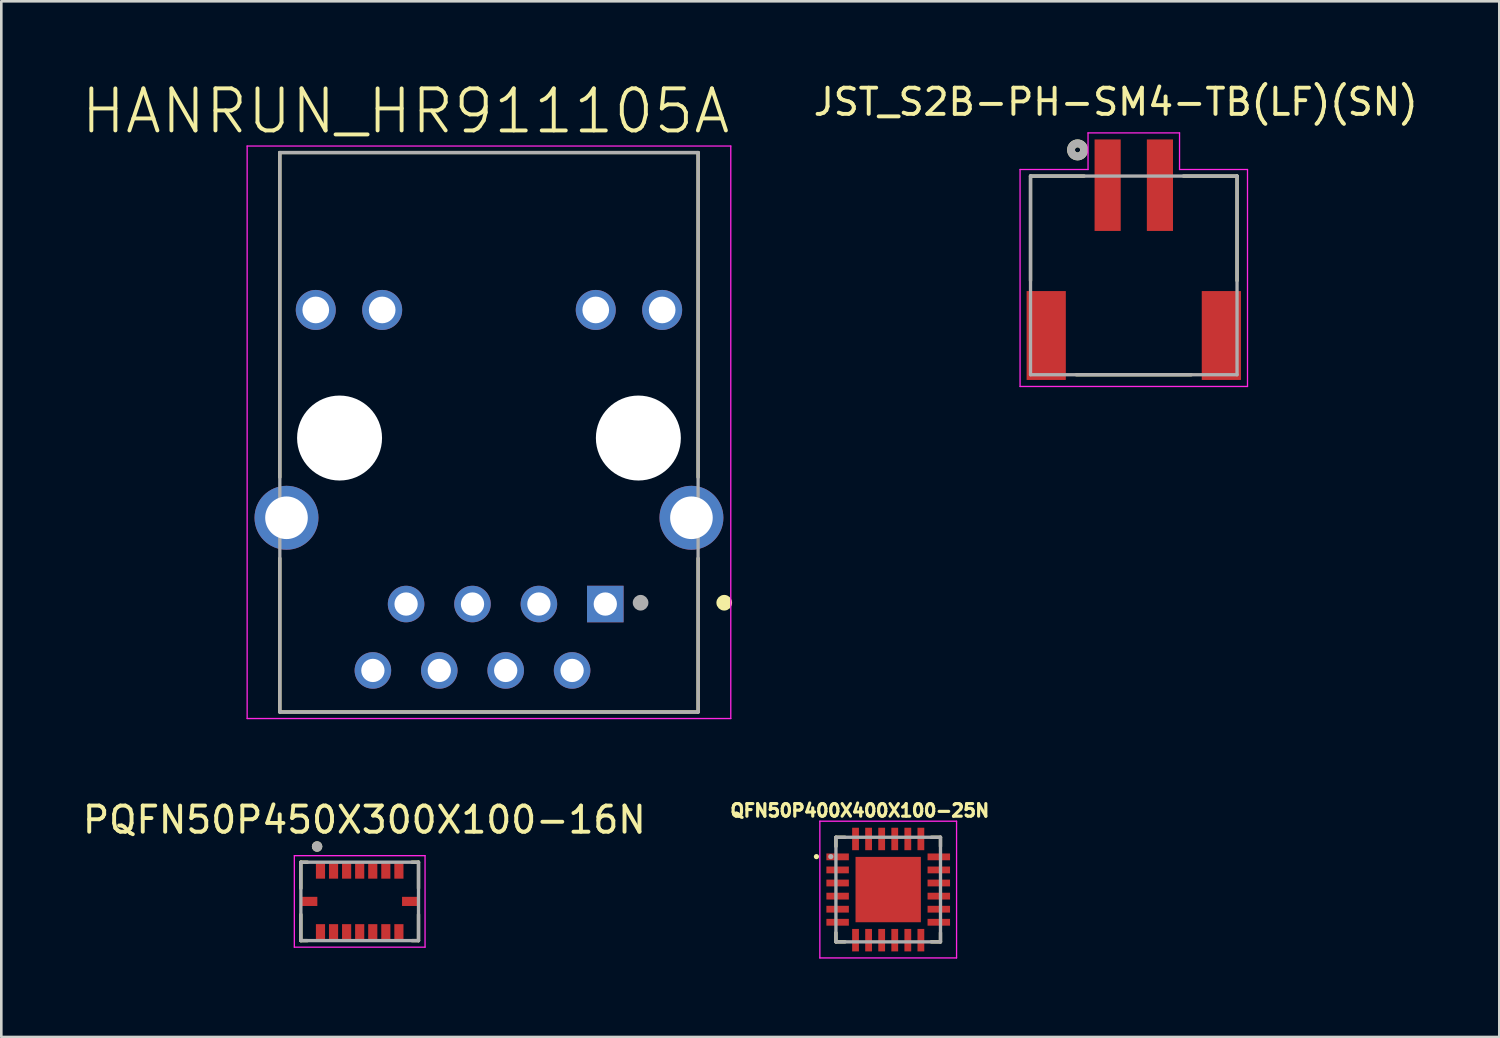
<source format=kicad_pcb>
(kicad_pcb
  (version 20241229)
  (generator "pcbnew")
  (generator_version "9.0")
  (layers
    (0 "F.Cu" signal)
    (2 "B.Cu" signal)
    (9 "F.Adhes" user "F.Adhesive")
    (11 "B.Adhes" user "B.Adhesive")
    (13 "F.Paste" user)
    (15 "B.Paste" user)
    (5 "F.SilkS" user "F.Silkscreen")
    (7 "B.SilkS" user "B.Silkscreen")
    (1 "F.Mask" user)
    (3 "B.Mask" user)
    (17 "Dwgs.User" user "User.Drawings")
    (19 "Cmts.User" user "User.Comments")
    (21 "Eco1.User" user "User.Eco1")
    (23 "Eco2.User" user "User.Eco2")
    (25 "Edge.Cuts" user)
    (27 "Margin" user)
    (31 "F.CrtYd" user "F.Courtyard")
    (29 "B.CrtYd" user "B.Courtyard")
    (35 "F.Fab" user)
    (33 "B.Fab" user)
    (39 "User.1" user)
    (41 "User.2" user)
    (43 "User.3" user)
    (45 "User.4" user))
  (footprint "PQFN50P450X300X100-16N"
    (layer "F.Cu")
    (at 10.709 31.431)
    (property "Reference" "PQFN50P450X300X100-16N" (at 0.178 -3.121 0) (layer "F.SilkS") (effects (font (size 1 1) (thickness 0.15))))
    (attr smd)
    (fp_line (start -2.25 -1.5) (end -2 -1.5) (stroke (width 0.127) (type solid)) (layer "F.SilkS"))
    (fp_line (start -2.25 -0.5) (end -2.25 -1.5) (stroke (width 0.127) (type solid)) (layer "F.SilkS"))
    (fp_line (start -2.25 1.5) (end -2.25 0.5) (stroke (width 0.127) (type solid)) (layer "F.SilkS"))
    (fp_line (start -2 1.5) (end -2.25 1.5) (stroke (width 0.127) (type solid)) (layer "F.SilkS"))
    (fp_line (start 2.25 -1.5) (end 2 -1.5) (stroke (width 0.127) (type solid)) (layer "F.SilkS"))
    (fp_line (start 2.25 -0.5) (end 2.25 -1.5) (stroke (width 0.127) (type solid)) (layer "F.SilkS"))
    (fp_line (start 2.25 0.5) (end 2.25 1.5) (stroke (width 0.127) (type solid)) (layer "F.SilkS"))
    (fp_line (start 2.25 1.5) (end 2 1.5) (stroke (width 0.127) (type solid)) (layer "F.SilkS"))
    (fp_circle (center -1.629 -2.1) (end -1.529 -2.1) (stroke (width 0.2) (type solid)) (fill no) (layer "F.SilkS"))
    (fp_line (start -2.5 -1.75) (end 2.5 -1.75) (stroke (width 0.05) (type solid)) (layer "F.CrtYd"))
    (fp_line (start -2.5 1.75) (end -2.5 -1.75) (stroke (width 0.05) (type solid)) (layer "F.CrtYd"))
    (fp_line (start 2.5 -1.75) (end 2.5 1.75) (stroke (width 0.05) (type solid)) (layer "F.CrtYd"))
    (fp_line (start 2.5 1.75) (end -2.5 1.75) (stroke (width 0.05) (type solid)) (layer "F.CrtYd"))
    (fp_line (start -2.25 -1.5) (end 2.25 -1.5) (stroke (width 0.127) (type solid)) (layer "F.Fab"))
    (fp_line (start -2.25 1.5) (end -2.25 -1.5) (stroke (width 0.127) (type solid)) (layer "F.Fab"))
    (fp_line (start 2.25 -1.5) (end 2.25 1.5) (stroke (width 0.127) (type solid)) (layer "F.Fab"))
    (fp_line (start 2.25 1.5) (end -2.25 1.5) (stroke (width 0.127) (type solid)) (layer "F.Fab"))
    (fp_circle (center -1.629 -2.1) (end -1.529 -2.1) (stroke (width 0.2) (type solid)) (fill no) (layer "F.Fab"))
    (pad "1" smd rect (at -1.5 -1.165 270) (size 0.59 0.35) (layers "F.Cu" "F.Mask" "F.Paste"))
    (pad "2" smd rect (at -1 -1.165 270) (size 0.59 0.35) (layers "F.Cu" "F.Mask" "F.Paste"))
    (pad "3" smd rect (at -0.5 -1.165 270) (size 0.59 0.35) (layers "F.Cu" "F.Mask" "F.Paste"))
    (pad "4" smd rect (at 0 -1.165 270) (size 0.59 0.35) (layers "F.Cu" "F.Mask" "F.Paste"))
    (pad "5" smd rect (at 0.5 -1.165 270) (size 0.59 0.35) (layers "F.Cu" "F.Mask" "F.Paste"))
    (pad "6" smd rect (at 1 -1.165 270) (size 0.59 0.35) (layers "F.Cu" "F.Mask" "F.Paste"))
    (pad "7" smd rect (at 1.5 -1.165 270) (size 0.59 0.35) (layers "F.Cu" "F.Mask" "F.Paste"))
    (pad "8" smd rect (at 1.915 0 180) (size 0.59 0.35) (layers "F.Cu" "F.Mask" "F.Paste"))
    (pad "9" smd rect (at 1.5 1.165 90) (size 0.59 0.35) (layers "F.Cu" "F.Mask" "F.Paste"))
    (pad "10" smd rect (at 1 1.165 90) (size 0.59 0.35) (layers "F.Cu" "F.Mask" "F.Paste"))
    (pad "11" smd rect (at 0.5 1.165 90) (size 0.59 0.35) (layers "F.Cu" "F.Mask" "F.Paste"))
    (pad "12" smd rect (at 0 1.165 90) (size 0.59 0.35) (layers "F.Cu" "F.Mask" "F.Paste"))
    (pad "13" smd rect (at -0.5 1.165 90) (size 0.59 0.35) (layers "F.Cu" "F.Mask" "F.Paste"))
    (pad "14" smd rect (at -1 1.165 90) (size 0.59 0.35) (layers "F.Cu" "F.Mask" "F.Paste"))
    (pad "15" smd rect (at -1.5 1.165 90) (size 0.59 0.35) (layers "F.Cu" "F.Mask" "F.Paste"))
    (pad "16" smd rect (at -1.915 0) (size 0.59 0.35) (layers "F.Cu" "F.Mask" "F.Paste")))
  (footprint "QFN50P400X400X100-25N"
    (layer "F.Cu")
    (at 30.926 30.978)
    (property "Reference" "QFN50P400X400X100-25N" (at -1.088 -3.024 0) (layer "F.SilkS") (effects (font (size 0.481 0.481) (thickness 0.15))))
    (attr smd)
    (fp_line (start -2 -2) (end -2 -1.65) (stroke (width 0.127) (type solid)) (layer "F.SilkS"))
    (fp_line (start -2 -2) (end -1.65 -2) (stroke (width 0.127) (type solid)) (layer "F.SilkS"))
    (fp_line (start -2 2) (end -2 1.65) (stroke (width 0.127) (type solid)) (layer "F.SilkS"))
    (fp_line (start -2 2) (end -1.65 2) (stroke (width 0.127) (type solid)) (layer "F.SilkS"))
    (fp_line (start 2 -2) (end 1.65 -2) (stroke (width 0.127) (type solid)) (layer "F.SilkS"))
    (fp_line (start 2 -2) (end 2 -1.65) (stroke (width 0.127) (type solid)) (layer "F.SilkS"))
    (fp_line (start 2 2) (end 1.65 2) (stroke (width 0.127) (type solid)) (layer "F.SilkS"))
    (fp_line (start 2 2) (end 2 1.65) (stroke (width 0.127) (type solid)) (layer "F.SilkS"))
    (fp_circle (center -2.745 -1.26) (end -2.695 -1.26) (stroke (width 0.1) (type solid)) (fill no) (layer "F.SilkS"))
    (fp_poly (pts (xy -1.092 0.17) (xy -0.17 0.17) (xy -0.17 1.092) (xy -1.092 1.092)) (stroke (width 0.01) (type solid)) (fill yes) (layer "F.Paste"))
    (fp_poly (pts (xy -1.091 -1.09) (xy -0.17 -1.09) (xy -0.17 -0.17) (xy -1.091 -0.17)) (stroke (width 0.01) (type solid)) (fill yes) (layer "F.Paste"))
    (fp_poly (pts (xy 0.17 0.17) (xy 1.09 0.17) (xy 1.09 1.09) (xy 0.17 1.09)) (stroke (width 0.01) (type solid)) (fill yes) (layer "F.Paste"))
    (fp_poly (pts (xy 0.17 -1.09) (xy 1.09 -1.09) (xy 1.09 -0.17) (xy 0.17 -0.17)) (stroke (width 0.01) (type solid)) (fill yes) (layer "F.Paste"))
    (fp_line (start -2.615 -2.615) (end 2.615 -2.615) (stroke (width 0.05) (type solid)) (layer "F.CrtYd"))
    (fp_line (start -2.615 2.615) (end -2.615 -2.615) (stroke (width 0.05) (type solid)) (layer "F.CrtYd"))
    (fp_line (start -2.615 2.615) (end 2.615 2.615) (stroke (width 0.05) (type solid)) (layer "F.CrtYd"))
    (fp_line (start 2.615 2.615) (end 2.615 -2.615) (stroke (width 0.05) (type solid)) (layer "F.CrtYd"))
    (fp_line (start -2 2) (end -2 -2) (stroke (width 0.127) (type solid)) (layer "F.Fab"))
    (fp_line (start 2 -2) (end -2 -2) (stroke (width 0.127) (type solid)) (layer "F.Fab"))
    (fp_line (start 2 2) (end -2 2) (stroke (width 0.127) (type solid)) (layer "F.Fab"))
    (fp_line (start 2 2) (end 2 -2) (stroke (width 0.127) (type solid)) (layer "F.Fab"))
    (fp_circle (center -2.195 -1.26) (end -2.145 -1.26) (stroke (width 0.1) (type solid)) (fill no) (layer "F.Fab"))
    (pad "1" smd roundrect (at -1.935 -1.25) (size 0.86 0.26) (layers "F.Cu" "F.Mask" "F.Paste") (roundrect_rratio 0.01))
    (pad "2" smd roundrect (at -1.935 -0.75) (size 0.86 0.26) (layers "F.Cu" "F.Mask" "F.Paste") (roundrect_rratio 0.01))
    (pad "3" smd roundrect (at -1.935 -0.25) (size 0.86 0.26) (layers "F.Cu" "F.Mask" "F.Paste") (roundrect_rratio 0.01))
    (pad "4" smd roundrect (at -1.935 0.25) (size 0.86 0.26) (layers "F.Cu" "F.Mask" "F.Paste") (roundrect_rratio 0.01))
    (pad "5" smd roundrect (at -1.935 0.75) (size 0.86 0.26) (layers "F.Cu" "F.Mask" "F.Paste") (roundrect_rratio 0.01))
    (pad "6" smd roundrect (at -1.935 1.25) (size 0.86 0.26) (layers "F.Cu" "F.Mask" "F.Paste") (roundrect_rratio 0.01))
    (pad "7" smd roundrect (at -1.25 1.935 90) (size 0.86 0.26) (layers "F.Cu" "F.Mask" "F.Paste") (roundrect_rratio 0.01))
    (pad "8" smd roundrect (at -0.75 1.935 90) (size 0.86 0.26) (layers "F.Cu" "F.Mask" "F.Paste") (roundrect_rratio 0.01))
    (pad "9" smd roundrect (at -0.25 1.935 90) (size 0.86 0.26) (layers "F.Cu" "F.Mask" "F.Paste") (roundrect_rratio 0.01))
    (pad "10" smd roundrect (at 0.25 1.935 90) (size 0.86 0.26) (layers "F.Cu" "F.Mask" "F.Paste") (roundrect_rratio 0.01))
    (pad "11" smd roundrect (at 0.75 1.935 90) (size 0.86 0.26) (layers "F.Cu" "F.Mask" "F.Paste") (roundrect_rratio 0.01))
    (pad "12" smd roundrect (at 1.25 1.935 90) (size 0.86 0.26) (layers "F.Cu" "F.Mask" "F.Paste") (roundrect_rratio 0.01))
    (pad "13" smd roundrect (at 1.935 1.25) (size 0.86 0.26) (layers "F.Cu" "F.Mask" "F.Paste") (roundrect_rratio 0.01))
    (pad "14" smd roundrect (at 1.935 0.75) (size 0.86 0.26) (layers "F.Cu" "F.Mask" "F.Paste") (roundrect_rratio 0.01))
    (pad "15" smd roundrect (at 1.935 0.25) (size 0.86 0.26) (layers "F.Cu" "F.Mask" "F.Paste") (roundrect_rratio 0.01))
    (pad "16" smd roundrect (at 1.935 -0.25) (size 0.86 0.26) (layers "F.Cu" "F.Mask" "F.Paste") (roundrect_rratio 0.01))
    (pad "17" smd roundrect (at 1.935 -0.75) (size 0.86 0.26) (layers "F.Cu" "F.Mask" "F.Paste") (roundrect_rratio 0.01))
    (pad "18" smd roundrect (at 1.935 -1.25) (size 0.86 0.26) (layers "F.Cu" "F.Mask" "F.Paste") (roundrect_rratio 0.01))
    (pad "19" smd roundrect (at 1.25 -1.935 90) (size 0.86 0.26) (layers "F.Cu" "F.Mask" "F.Paste") (roundrect_rratio 0.01))
    (pad "20" smd roundrect (at 0.75 -1.935 90) (size 0.86 0.26) (layers "F.Cu" "F.Mask" "F.Paste") (roundrect_rratio 0.01))
    (pad "21" smd roundrect (at 0.25 -1.935 90) (size 0.86 0.26) (layers "F.Cu" "F.Mask" "F.Paste") (roundrect_rratio 0.01))
    (pad "22" smd roundrect (at -0.25 -1.935 90) (size 0.86 0.26) (layers "F.Cu" "F.Mask" "F.Paste") (roundrect_rratio 0.01))
    (pad "23" smd roundrect (at -0.75 -1.935 90) (size 0.86 0.26) (layers "F.Cu" "F.Mask" "F.Paste") (roundrect_rratio 0.01))
    (pad "24" smd roundrect (at -1.25 -1.935 90) (size 0.86 0.26) (layers "F.Cu" "F.Mask" "F.Paste") (roundrect_rratio 0.01))
    (pad "25" smd rect (at 0 0) (size 2.5 2.5) (layers "F.Cu" "F.Mask")))
  (footprint "HANRUN_HR911105A"
    (layer "F.Cu")
    (at 15.654 13.706)
    (property "Reference" "HANRUN_HR911105A" (at -3.188 -12.503 0) (layer "F.SilkS") (effects (font (size 1.608 1.608) (thickness 0.15))))
    (attr through_hole)
    (fp_line (start -8 -10.92) (end -8 1.5) (stroke (width 0.127) (type solid)) (layer "F.SilkS"))
    (fp_line (start -8 4.6) (end -8 10.48) (stroke (width 0.127) (type solid)) (layer "F.SilkS"))
    (fp_line (start 8 -10.92) (end -8 -10.92) (stroke (width 0.127) (type solid)) (layer "F.SilkS"))
    (fp_line (start 8 -10.92) (end 8 1.5) (stroke (width 0.127) (type solid)) (layer "F.SilkS"))
    (fp_line (start 8 4.6) (end 8 10.48) (stroke (width 0.127) (type solid)) (layer "F.SilkS"))
    (fp_line (start 8 10.48) (end -8 10.48) (stroke (width 0.127) (type solid)) (layer "F.SilkS"))
    (fp_circle (center 9 6.3) (end 9.15 6.3) (stroke (width 0.3) (type solid)) (fill no) (layer "F.SilkS"))
    (fp_line (start -9.25 -11.17) (end -9.25 10.73) (stroke (width 0.05) (type solid)) (layer "F.CrtYd"))
    (fp_line (start -9.25 10.73) (end 9.25 10.73) (stroke (width 0.05) (type solid)) (layer "F.CrtYd"))
    (fp_line (start 9.25 -11.17) (end -9.25 -11.17) (stroke (width 0.05) (type solid)) (layer "F.CrtYd"))
    (fp_line (start 9.25 10.73) (end 9.25 -11.17) (stroke (width 0.05) (type solid)) (layer "F.CrtYd"))
    (fp_line (start -8 -10.92) (end -8 10.48) (stroke (width 0.127) (type solid)) (layer "F.Fab"))
    (fp_line (start -8 10.48) (end 8 10.48) (stroke (width 0.127) (type solid)) (layer "F.Fab"))
    (fp_line (start 8 -10.92) (end -8 -10.92) (stroke (width 0.127) (type solid)) (layer "F.Fab"))
    (fp_line (start 8 10.48) (end 8 -10.92) (stroke (width 0.127) (type solid)) (layer "F.Fab"))
    (fp_circle (center 5.8 6.3) (end 5.95 6.3) (stroke (width 0.3) (type solid)) (fill no) (layer "F.Fab"))
    (pad "" np_thru_hole circle (at -5.715 0) (size 3.25 3.25) (drill 3.25) (layers "*.Cu" "*.Mask"))
    (pad "" np_thru_hole circle (at 5.715 0) (size 3.25 3.25) (drill 3.25) (layers "*.Cu" "*.Mask"))
    (pad "1" thru_hole rect (at 4.45 6.35) (size 1.398 1.398) (drill 0.89) (layers "*.Cu" "*.Mask"))
    (pad "2" thru_hole circle (at 3.18 8.89) (size 1.398 1.398) (drill 0.89) (layers "*.Cu" "*.Mask"))
    (pad "3" thru_hole circle (at 1.91 6.35) (size 1.398 1.398) (drill 0.89) (layers "*.Cu" "*.Mask"))
    (pad "4" thru_hole circle (at 0.64 8.89) (size 1.398 1.398) (drill 0.89) (layers "*.Cu" "*.Mask"))
    (pad "5" thru_hole circle (at -0.63 6.35) (size 1.398 1.398) (drill 0.89) (layers "*.Cu" "*.Mask"))
    (pad "6" thru_hole circle (at -1.9 8.89) (size 1.398 1.398) (drill 0.89) (layers "*.Cu" "*.Mask"))
    (pad "7" thru_hole circle (at -3.17 6.35) (size 1.398 1.398) (drill 0.89) (layers "*.Cu" "*.Mask"))
    (pad "8" thru_hole circle (at -4.44 8.89) (size 1.398 1.398) (drill 0.89) (layers "*.Cu" "*.Mask"))
    (pad "9" thru_hole circle (at 6.625 -4.9) (size 1.53 1.53) (drill 1.02) (layers "*.Cu" "*.Mask"))
    (pad "10" thru_hole circle (at 4.085 -4.9) (size 1.53 1.53) (drill 1.02) (layers "*.Cu" "*.Mask"))
    (pad "11" thru_hole circle (at -4.085 -4.9) (size 1.53 1.53) (drill 1.02) (layers "*.Cu" "*.Mask"))
    (pad "12" thru_hole circle (at -6.625 -4.9) (size 1.53 1.53) (drill 1.02) (layers "*.Cu" "*.Mask"))
    (pad "15" thru_hole circle (at 7.745 3.05) (size 2.445 2.445) (drill 1.63) (layers "*.Cu" "*.Mask"))
    (pad "16" thru_hole circle (at -7.745 3.05) (size 2.445 2.445) (drill 1.63) (layers "*.Cu" "*.Mask")))
  (footprint "JST_S2B-PH-SM4-TB(LF)(SN)"
    (layer "F.Cu")
    (at 40.32 4.034)
    (property "Reference" "JST_S2B-PH-SM4-TB(LF)(SN)" (at -0.692 -3.184 0) (layer "F.SilkS") (effects (font (size 1.002 1.002) (thickness 0.15))))
    (attr smd)
    (fp_line (start -3.95 -0.35) (end -3.95 3.65) (stroke (width 0.127) (type solid)) (layer "F.SilkS"))
    (fp_line (start -2.2 7.25) (end 2.2 7.25) (stroke (width 0.127) (type solid)) (layer "F.SilkS"))
    (fp_line (start -1.9 -0.35) (end -3.95 -0.35) (stroke (width 0.127) (type solid)) (layer "F.SilkS"))
    (fp_line (start 3.95 -0.35) (end 1.9 -0.35) (stroke (width 0.127) (type solid)) (layer "F.SilkS"))
    (fp_line (start 3.95 3.65) (end 3.95 -0.35) (stroke (width 0.127) (type solid)) (layer "F.SilkS"))
    (fp_circle (center -2.15 -1.35) (end -2.05 -1.35) (stroke (width 0.3) (type solid)) (fill no) (layer "F.SilkS"))
    (fp_line (start -4.35 -0.6) (end -1.75 -0.6) (stroke (width 0.05) (type solid)) (layer "F.CrtYd"))
    (fp_line (start -4.35 7.7) (end -4.35 -0.6) (stroke (width 0.05) (type solid)) (layer "F.CrtYd"))
    (fp_line (start -1.75 -2) (end 1.75 -2) (stroke (width 0.05) (type solid)) (layer "F.CrtYd"))
    (fp_line (start -1.75 -0.6) (end -1.75 -2) (stroke (width 0.05) (type solid)) (layer "F.CrtYd"))
    (fp_line (start 1.75 -2) (end 1.75 -0.6) (stroke (width 0.05) (type solid)) (layer "F.CrtYd"))
    (fp_line (start 1.75 -0.6) (end 4.35 -0.6) (stroke (width 0.05) (type solid)) (layer "F.CrtYd"))
    (fp_line (start 4.35 -0.6) (end 4.35 7.7) (stroke (width 0.05) (type solid)) (layer "F.CrtYd"))
    (fp_line (start 4.35 7.7) (end -4.35 7.7) (stroke (width 0.05) (type solid)) (layer "F.CrtYd"))
    (fp_line (start -3.95 -0.35) (end 3.95 -0.35) (stroke (width 0.127) (type solid)) (layer "F.Fab"))
    (fp_line (start -3.95 7.25) (end -3.95 -0.35) (stroke (width 0.127) (type solid)) (layer "F.Fab"))
    (fp_line (start 3.95 -0.35) (end 3.95 7.25) (stroke (width 0.127) (type solid)) (layer "F.Fab"))
    (fp_line (start 3.95 7.25) (end -3.95 7.25) (stroke (width 0.127) (type solid)) (layer "F.Fab"))
    (fp_circle (center -2.15 -1.35) (end -2.05 -1.35) (stroke (width 0.3) (type solid)) (fill no) (layer "F.Fab"))
    (pad "1" smd rect (at -1 0 180) (size 1 3.5) (layers "F.Cu" "F.Mask" "F.Paste"))
    (pad "2" smd rect (at 1 0 180) (size 1 3.5) (layers "F.Cu" "F.Mask" "F.Paste"))
    (pad "S1" smd rect (at -3.35 5.75 180) (size 1.5 3.4) (layers "F.Cu" "F.Mask" "F.Paste"))
    (pad "S2" smd rect (at 3.35 5.75 180) (size 1.5 3.4) (layers "F.Cu" "F.Mask" "F.Paste")))
  (gr_rect
    (start -3 -3)
    (end 54.302 36.618)
    (stroke (width 0.1) (type default))
    (fill no)
    (layer "Edge.Cuts")))
</source>
